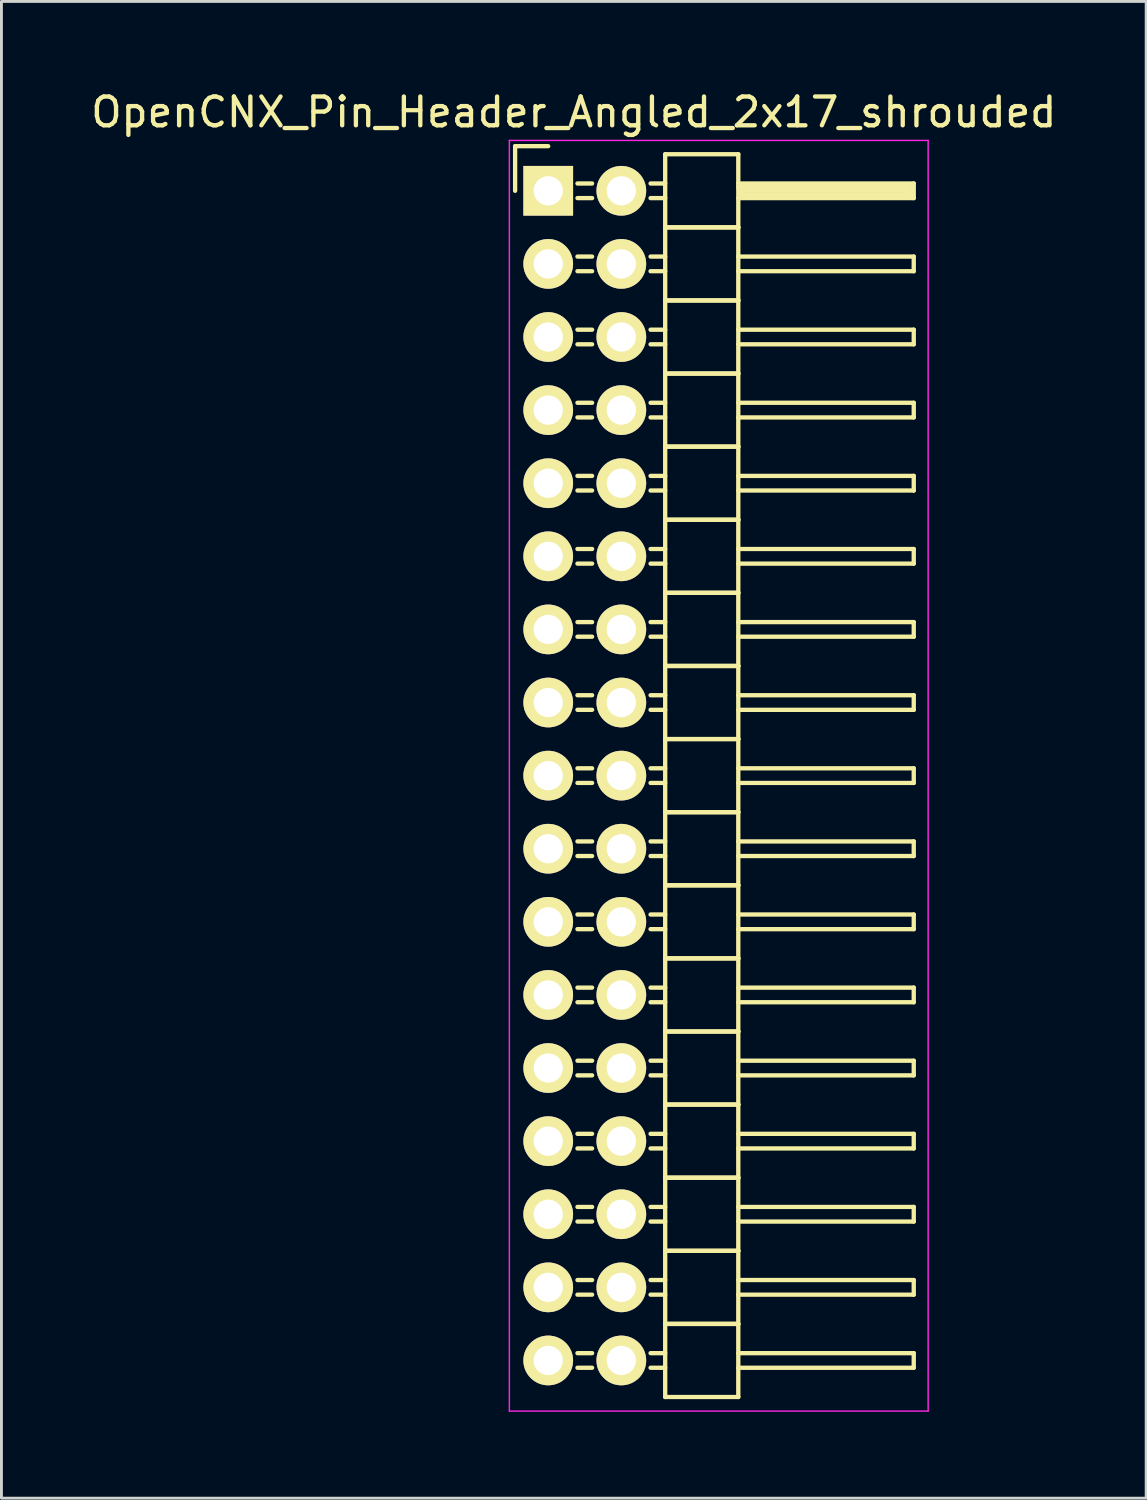
<source format=kicad_pcb>
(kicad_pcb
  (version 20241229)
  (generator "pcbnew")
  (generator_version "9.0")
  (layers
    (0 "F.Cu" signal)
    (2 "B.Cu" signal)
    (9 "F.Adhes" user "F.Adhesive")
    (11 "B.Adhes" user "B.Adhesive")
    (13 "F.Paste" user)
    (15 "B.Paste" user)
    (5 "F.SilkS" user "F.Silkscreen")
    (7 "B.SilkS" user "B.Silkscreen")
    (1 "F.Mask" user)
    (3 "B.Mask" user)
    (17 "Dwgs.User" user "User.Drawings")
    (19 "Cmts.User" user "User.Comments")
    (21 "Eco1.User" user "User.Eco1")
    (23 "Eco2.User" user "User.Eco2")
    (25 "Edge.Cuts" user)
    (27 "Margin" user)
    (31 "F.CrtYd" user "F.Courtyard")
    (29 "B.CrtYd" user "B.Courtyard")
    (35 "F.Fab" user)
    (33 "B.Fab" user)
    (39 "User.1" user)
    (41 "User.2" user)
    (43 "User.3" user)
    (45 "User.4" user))
  (footprint "OpenCNX_Pin_Header_Angled_2x17_shrouded"
    (layer "F.Cu")
    (at 15.998 3.579)
    (property "Reference" "OpenCNX_Pin_Header_Angled_2x17_shrouded" (at 0.889 -2.731 0) (layer "F.SilkS") (effects (font (size 1 1) (thickness 0.15))))
    (attr through_hole)
    (fp_line (start -1.15 -1.55) (end -1.15 0) (stroke (width 0.15) (type solid)) (layer "F.SilkS"))
    (fp_line (start 0 -1.55) (end -1.15 -1.55) (stroke (width 0.15) (type solid)) (layer "F.SilkS"))
    (fp_line (start 1.524 -0.254) (end 1.016 -0.254) (stroke (width 0.15) (type solid)) (layer "F.SilkS"))
    (fp_line (start 1.524 0.254) (end 1.016 0.254) (stroke (width 0.15) (type solid)) (layer "F.SilkS"))
    (fp_line (start 1.524 2.286) (end 1.016 2.286) (stroke (width 0.15) (type solid)) (layer "F.SilkS"))
    (fp_line (start 1.524 2.794) (end 1.016 2.794) (stroke (width 0.15) (type solid)) (layer "F.SilkS"))
    (fp_line (start 1.524 4.826) (end 1.016 4.826) (stroke (width 0.15) (type solid)) (layer "F.SilkS"))
    (fp_line (start 1.524 5.334) (end 1.016 5.334) (stroke (width 0.15) (type solid)) (layer "F.SilkS"))
    (fp_line (start 1.524 7.366) (end 1.016 7.366) (stroke (width 0.15) (type solid)) (layer "F.SilkS"))
    (fp_line (start 1.524 7.874) (end 1.016 7.874) (stroke (width 0.15) (type solid)) (layer "F.SilkS"))
    (fp_line (start 1.524 9.906) (end 1.016 9.906) (stroke (width 0.15) (type solid)) (layer "F.SilkS"))
    (fp_line (start 1.524 10.414) (end 1.016 10.414) (stroke (width 0.15) (type solid)) (layer "F.SilkS"))
    (fp_line (start 1.524 12.446) (end 1.016 12.446) (stroke (width 0.15) (type solid)) (layer "F.SilkS"))
    (fp_line (start 1.524 12.954) (end 1.016 12.954) (stroke (width 0.15) (type solid)) (layer "F.SilkS"))
    (fp_line (start 1.524 14.986) (end 1.016 14.986) (stroke (width 0.15) (type solid)) (layer "F.SilkS"))
    (fp_line (start 1.524 15.494) (end 1.016 15.494) (stroke (width 0.15) (type solid)) (layer "F.SilkS"))
    (fp_line (start 1.524 17.526) (end 1.016 17.526) (stroke (width 0.15) (type solid)) (layer "F.SilkS"))
    (fp_line (start 1.524 18.034) (end 1.016 18.034) (stroke (width 0.15) (type solid)) (layer "F.SilkS"))
    (fp_line (start 1.524 20.066) (end 1.016 20.066) (stroke (width 0.15) (type solid)) (layer "F.SilkS"))
    (fp_line (start 1.524 20.574) (end 1.016 20.574) (stroke (width 0.15) (type solid)) (layer "F.SilkS"))
    (fp_line (start 1.524 22.606) (end 1.016 22.606) (stroke (width 0.15) (type solid)) (layer "F.SilkS"))
    (fp_line (start 1.524 23.114) (end 1.016 23.114) (stroke (width 0.15) (type solid)) (layer "F.SilkS"))
    (fp_line (start 1.524 25.146) (end 1.016 25.146) (stroke (width 0.15) (type solid)) (layer "F.SilkS"))
    (fp_line (start 1.524 25.654) (end 1.016 25.654) (stroke (width 0.15) (type solid)) (layer "F.SilkS"))
    (fp_line (start 1.524 27.686) (end 1.016 27.686) (stroke (width 0.15) (type solid)) (layer "F.SilkS"))
    (fp_line (start 1.524 28.194) (end 1.016 28.194) (stroke (width 0.15) (type solid)) (layer "F.SilkS"))
    (fp_line (start 1.524 30.226) (end 1.016 30.226) (stroke (width 0.15) (type solid)) (layer "F.SilkS"))
    (fp_line (start 1.524 30.734) (end 1.016 30.734) (stroke (width 0.15) (type solid)) (layer "F.SilkS"))
    (fp_line (start 1.524 32.766) (end 1.016 32.766) (stroke (width 0.15) (type solid)) (layer "F.SilkS"))
    (fp_line (start 1.524 33.274) (end 1.016 33.274) (stroke (width 0.15) (type solid)) (layer "F.SilkS"))
    (fp_line (start 1.524 35.306) (end 1.016 35.306) (stroke (width 0.15) (type solid)) (layer "F.SilkS"))
    (fp_line (start 1.524 35.814) (end 1.016 35.814) (stroke (width 0.15) (type solid)) (layer "F.SilkS"))
    (fp_line (start 1.524 37.846) (end 1.016 37.846) (stroke (width 0.15) (type solid)) (layer "F.SilkS"))
    (fp_line (start 1.524 38.354) (end 1.016 38.354) (stroke (width 0.15) (type solid)) (layer "F.SilkS"))
    (fp_line (start 1.524 40.386) (end 1.016 40.386) (stroke (width 0.15) (type solid)) (layer "F.SilkS"))
    (fp_line (start 1.524 40.894) (end 1.016 40.894) (stroke (width 0.15) (type solid)) (layer "F.SilkS"))
    (fp_line (start 4.064 -1.27) (end 4.064 1.27) (stroke (width 0.15) (type solid)) (layer "F.SilkS"))
    (fp_line (start 4.064 -1.27) (end 6.604 -1.27) (stroke (width 0.15) (type solid)) (layer "F.SilkS"))
    (fp_line (start 4.064 -0.254) (end 3.556 -0.254) (stroke (width 0.15) (type solid)) (layer "F.SilkS"))
    (fp_line (start 4.064 0.254) (end 3.556 0.254) (stroke (width 0.15) (type solid)) (layer "F.SilkS"))
    (fp_line (start 4.064 1.27) (end 4.064 3.81) (stroke (width 0.15) (type solid)) (layer "F.SilkS"))
    (fp_line (start 4.064 1.27) (end 6.604 1.27) (stroke (width 0.15) (type solid)) (layer "F.SilkS"))
    (fp_line (start 4.064 1.27) (end 6.604 1.27) (stroke (width 0.15) (type solid)) (layer "F.SilkS"))
    (fp_line (start 4.064 2.286) (end 3.556 2.286) (stroke (width 0.15) (type solid)) (layer "F.SilkS"))
    (fp_line (start 4.064 2.794) (end 3.556 2.794) (stroke (width 0.15) (type solid)) (layer "F.SilkS"))
    (fp_line (start 4.064 3.81) (end 4.064 6.35) (stroke (width 0.15) (type solid)) (layer "F.SilkS"))
    (fp_line (start 4.064 3.81) (end 6.604 3.81) (stroke (width 0.15) (type solid)) (layer "F.SilkS"))
    (fp_line (start 4.064 3.81) (end 6.604 3.81) (stroke (width 0.15) (type solid)) (layer "F.SilkS"))
    (fp_line (start 4.064 4.826) (end 3.556 4.826) (stroke (width 0.15) (type solid)) (layer "F.SilkS"))
    (fp_line (start 4.064 5.334) (end 3.556 5.334) (stroke (width 0.15) (type solid)) (layer "F.SilkS"))
    (fp_line (start 4.064 6.35) (end 4.064 8.89) (stroke (width 0.15) (type solid)) (layer "F.SilkS"))
    (fp_line (start 4.064 6.35) (end 6.604 6.35) (stroke (width 0.15) (type solid)) (layer "F.SilkS"))
    (fp_line (start 4.064 6.35) (end 6.604 6.35) (stroke (width 0.15) (type solid)) (layer "F.SilkS"))
    (fp_line (start 4.064 7.366) (end 3.556 7.366) (stroke (width 0.15) (type solid)) (layer "F.SilkS"))
    (fp_line (start 4.064 7.874) (end 3.556 7.874) (stroke (width 0.15) (type solid)) (layer "F.SilkS"))
    (fp_line (start 4.064 8.89) (end 4.064 11.43) (stroke (width 0.15) (type solid)) (layer "F.SilkS"))
    (fp_line (start 4.064 8.89) (end 6.604 8.89) (stroke (width 0.15) (type solid)) (layer "F.SilkS"))
    (fp_line (start 4.064 8.89) (end 6.604 8.89) (stroke (width 0.15) (type solid)) (layer "F.SilkS"))
    (fp_line (start 4.064 9.906) (end 3.556 9.906) (stroke (width 0.15) (type solid)) (layer "F.SilkS"))
    (fp_line (start 4.064 10.414) (end 3.556 10.414) (stroke (width 0.15) (type solid)) (layer "F.SilkS"))
    (fp_line (start 4.064 11.43) (end 4.064 13.97) (stroke (width 0.15) (type solid)) (layer "F.SilkS"))
    (fp_line (start 4.064 11.43) (end 6.604 11.43) (stroke (width 0.15) (type solid)) (layer "F.SilkS"))
    (fp_line (start 4.064 11.43) (end 6.604 11.43) (stroke (width 0.15) (type solid)) (layer "F.SilkS"))
    (fp_line (start 4.064 12.446) (end 3.556 12.446) (stroke (width 0.15) (type solid)) (layer "F.SilkS"))
    (fp_line (start 4.064 12.954) (end 3.556 12.954) (stroke (width 0.15) (type solid)) (layer "F.SilkS"))
    (fp_line (start 4.064 13.97) (end 4.064 16.51) (stroke (width 0.15) (type solid)) (layer "F.SilkS"))
    (fp_line (start 4.064 13.97) (end 6.604 13.97) (stroke (width 0.15) (type solid)) (layer "F.SilkS"))
    (fp_line (start 4.064 13.97) (end 6.604 13.97) (stroke (width 0.15) (type solid)) (layer "F.SilkS"))
    (fp_line (start 4.064 14.986) (end 3.556 14.986) (stroke (width 0.15) (type solid)) (layer "F.SilkS"))
    (fp_line (start 4.064 15.494) (end 3.556 15.494) (stroke (width 0.15) (type solid)) (layer "F.SilkS"))
    (fp_line (start 4.064 16.51) (end 4.064 19.05) (stroke (width 0.15) (type solid)) (layer "F.SilkS"))
    (fp_line (start 4.064 16.51) (end 6.604 16.51) (stroke (width 0.15) (type solid)) (layer "F.SilkS"))
    (fp_line (start 4.064 16.51) (end 6.604 16.51) (stroke (width 0.15) (type solid)) (layer "F.SilkS"))
    (fp_line (start 4.064 17.526) (end 3.556 17.526) (stroke (width 0.15) (type solid)) (layer "F.SilkS"))
    (fp_line (start 4.064 18.034) (end 3.556 18.034) (stroke (width 0.15) (type solid)) (layer "F.SilkS"))
    (fp_line (start 4.064 19.05) (end 4.064 21.59) (stroke (width 0.15) (type solid)) (layer "F.SilkS"))
    (fp_line (start 4.064 19.05) (end 6.604 19.05) (stroke (width 0.15) (type solid)) (layer "F.SilkS"))
    (fp_line (start 4.064 19.05) (end 6.604 19.05) (stroke (width 0.15) (type solid)) (layer "F.SilkS"))
    (fp_line (start 4.064 20.066) (end 3.556 20.066) (stroke (width 0.15) (type solid)) (layer "F.SilkS"))
    (fp_line (start 4.064 20.574) (end 3.556 20.574) (stroke (width 0.15) (type solid)) (layer "F.SilkS"))
    (fp_line (start 4.064 21.59) (end 4.064 24.13) (stroke (width 0.15) (type solid)) (layer "F.SilkS"))
    (fp_line (start 4.064 21.59) (end 6.604 21.59) (stroke (width 0.15) (type solid)) (layer "F.SilkS"))
    (fp_line (start 4.064 21.59) (end 6.604 21.59) (stroke (width 0.15) (type solid)) (layer "F.SilkS"))
    (fp_line (start 4.064 22.606) (end 3.556 22.606) (stroke (width 0.15) (type solid)) (layer "F.SilkS"))
    (fp_line (start 4.064 23.114) (end 3.556 23.114) (stroke (width 0.15) (type solid)) (layer "F.SilkS"))
    (fp_line (start 4.064 24.13) (end 4.064 26.67) (stroke (width 0.15) (type solid)) (layer "F.SilkS"))
    (fp_line (start 4.064 24.13) (end 6.604 24.13) (stroke (width 0.15) (type solid)) (layer "F.SilkS"))
    (fp_line (start 4.064 24.13) (end 6.604 24.13) (stroke (width 0.15) (type solid)) (layer "F.SilkS"))
    (fp_line (start 4.064 25.146) (end 3.556 25.146) (stroke (width 0.15) (type solid)) (layer "F.SilkS"))
    (fp_line (start 4.064 25.654) (end 3.556 25.654) (stroke (width 0.15) (type solid)) (layer "F.SilkS"))
    (fp_line (start 4.064 26.67) (end 4.064 29.21) (stroke (width 0.15) (type solid)) (layer "F.SilkS"))
    (fp_line (start 4.064 26.67) (end 6.604 26.67) (stroke (width 0.15) (type solid)) (layer "F.SilkS"))
    (fp_line (start 4.064 26.67) (end 6.604 26.67) (stroke (width 0.15) (type solid)) (layer "F.SilkS"))
    (fp_line (start 4.064 27.686) (end 3.556 27.686) (stroke (width 0.15) (type solid)) (layer "F.SilkS"))
    (fp_line (start 4.064 28.194) (end 3.556 28.194) (stroke (width 0.15) (type solid)) (layer "F.SilkS"))
    (fp_line (start 4.064 29.21) (end 4.064 31.75) (stroke (width 0.15) (type solid)) (layer "F.SilkS"))
    (fp_line (start 4.064 29.21) (end 6.604 29.21) (stroke (width 0.15) (type solid)) (layer "F.SilkS"))
    (fp_line (start 4.064 29.21) (end 6.604 29.21) (stroke (width 0.15) (type solid)) (layer "F.SilkS"))
    (fp_line (start 4.064 30.226) (end 3.556 30.226) (stroke (width 0.15) (type solid)) (layer "F.SilkS"))
    (fp_line (start 4.064 30.734) (end 3.556 30.734) (stroke (width 0.15) (type solid)) (layer "F.SilkS"))
    (fp_line (start 4.064 31.75) (end 4.064 34.29) (stroke (width 0.15) (type solid)) (layer "F.SilkS"))
    (fp_line (start 4.064 31.75) (end 6.604 31.75) (stroke (width 0.15) (type solid)) (layer "F.SilkS"))
    (fp_line (start 4.064 31.75) (end 6.604 31.75) (stroke (width 0.15) (type solid)) (layer "F.SilkS"))
    (fp_line (start 4.064 32.766) (end 3.556 32.766) (stroke (width 0.15) (type solid)) (layer "F.SilkS"))
    (fp_line (start 4.064 33.274) (end 3.556 33.274) (stroke (width 0.15) (type solid)) (layer "F.SilkS"))
    (fp_line (start 4.064 34.29) (end 4.064 36.83) (stroke (width 0.15) (type solid)) (layer "F.SilkS"))
    (fp_line (start 4.064 34.29) (end 6.604 34.29) (stroke (width 0.15) (type solid)) (layer "F.SilkS"))
    (fp_line (start 4.064 34.29) (end 6.604 34.29) (stroke (width 0.15) (type solid)) (layer "F.SilkS"))
    (fp_line (start 4.064 35.306) (end 3.556 35.306) (stroke (width 0.15) (type solid)) (layer "F.SilkS"))
    (fp_line (start 4.064 35.814) (end 3.556 35.814) (stroke (width 0.15) (type solid)) (layer "F.SilkS"))
    (fp_line (start 4.064 36.83) (end 4.064 39.37) (stroke (width 0.15) (type solid)) (layer "F.SilkS"))
    (fp_line (start 4.064 36.83) (end 6.604 36.83) (stroke (width 0.15) (type solid)) (layer "F.SilkS"))
    (fp_line (start 4.064 36.83) (end 6.604 36.83) (stroke (width 0.15) (type solid)) (layer "F.SilkS"))
    (fp_line (start 4.064 37.846) (end 3.556 37.846) (stroke (width 0.15) (type solid)) (layer "F.SilkS"))
    (fp_line (start 4.064 38.354) (end 3.556 38.354) (stroke (width 0.15) (type solid)) (layer "F.SilkS"))
    (fp_line (start 4.064 39.37) (end 4.064 41.91) (stroke (width 0.15) (type solid)) (layer "F.SilkS"))
    (fp_line (start 4.064 39.37) (end 6.604 39.37) (stroke (width 0.15) (type solid)) (layer "F.SilkS"))
    (fp_line (start 4.064 39.37) (end 6.604 39.37) (stroke (width 0.15) (type solid)) (layer "F.SilkS"))
    (fp_line (start 4.064 40.386) (end 3.556 40.386) (stroke (width 0.15) (type solid)) (layer "F.SilkS"))
    (fp_line (start 4.064 40.894) (end 3.556 40.894) (stroke (width 0.15) (type solid)) (layer "F.SilkS"))
    (fp_line (start 4.064 41.91) (end 6.604 41.91) (stroke (width 0.15) (type solid)) (layer "F.SilkS"))
    (fp_line (start 6.604 -0.254) (end 12.7 -0.254) (stroke (width 0.15) (type solid)) (layer "F.SilkS"))
    (fp_line (start 6.604 -0.127) (end 12.573 -0.127) (stroke (width 0.15) (type solid)) (layer "F.SilkS"))
    (fp_line (start 6.604 1.27) (end 6.604 -1.27) (stroke (width 0.15) (type solid)) (layer "F.SilkS"))
    (fp_line (start 6.604 2.286) (end 12.7 2.286) (stroke (width 0.15) (type solid)) (layer "F.SilkS"))
    (fp_line (start 6.604 3.81) (end 6.604 1.27) (stroke (width 0.15) (type solid)) (layer "F.SilkS"))
    (fp_line (start 6.604 4.826) (end 12.7 4.826) (stroke (width 0.15) (type solid)) (layer "F.SilkS"))
    (fp_line (start 6.604 6.35) (end 6.604 3.81) (stroke (width 0.15) (type solid)) (layer "F.SilkS"))
    (fp_line (start 6.604 7.366) (end 12.7 7.366) (stroke (width 0.15) (type solid)) (layer "F.SilkS"))
    (fp_line (start 6.604 8.89) (end 6.604 6.35) (stroke (width 0.15) (type solid)) (layer "F.SilkS"))
    (fp_line (start 6.604 9.906) (end 12.7 9.906) (stroke (width 0.15) (type solid)) (layer "F.SilkS"))
    (fp_line (start 6.604 11.43) (end 6.604 8.89) (stroke (width 0.15) (type solid)) (layer "F.SilkS"))
    (fp_line (start 6.604 12.446) (end 12.7 12.446) (stroke (width 0.15) (type solid)) (layer "F.SilkS"))
    (fp_line (start 6.604 13.97) (end 6.604 11.43) (stroke (width 0.15) (type solid)) (layer "F.SilkS"))
    (fp_line (start 6.604 14.986) (end 12.7 14.986) (stroke (width 0.15) (type solid)) (layer "F.SilkS"))
    (fp_line (start 6.604 16.51) (end 6.604 13.97) (stroke (width 0.15) (type solid)) (layer "F.SilkS"))
    (fp_line (start 6.604 17.526) (end 12.7 17.526) (stroke (width 0.15) (type solid)) (layer "F.SilkS"))
    (fp_line (start 6.604 19.05) (end 6.604 16.51) (stroke (width 0.15) (type solid)) (layer "F.SilkS"))
    (fp_line (start 6.604 20.066) (end 12.7 20.066) (stroke (width 0.15) (type solid)) (layer "F.SilkS"))
    (fp_line (start 6.604 21.59) (end 6.604 19.05) (stroke (width 0.15) (type solid)) (layer "F.SilkS"))
    (fp_line (start 6.604 22.606) (end 12.7 22.606) (stroke (width 0.15) (type solid)) (layer "F.SilkS"))
    (fp_line (start 6.604 24.13) (end 6.604 21.59) (stroke (width 0.15) (type solid)) (layer "F.SilkS"))
    (fp_line (start 6.604 25.146) (end 12.7 25.146) (stroke (width 0.15) (type solid)) (layer "F.SilkS"))
    (fp_line (start 6.604 26.67) (end 6.604 24.13) (stroke (width 0.15) (type solid)) (layer "F.SilkS"))
    (fp_line (start 6.604 27.686) (end 12.7 27.686) (stroke (width 0.15) (type solid)) (layer "F.SilkS"))
    (fp_line (start 6.604 29.21) (end 6.604 26.67) (stroke (width 0.15) (type solid)) (layer "F.SilkS"))
    (fp_line (start 6.604 30.226) (end 12.7 30.226) (stroke (width 0.15) (type solid)) (layer "F.SilkS"))
    (fp_line (start 6.604 31.75) (end 6.604 29.21) (stroke (width 0.15) (type solid)) (layer "F.SilkS"))
    (fp_line (start 6.604 32.766) (end 12.7 32.766) (stroke (width 0.15) (type solid)) (layer "F.SilkS"))
    (fp_line (start 6.604 34.29) (end 6.604 31.75) (stroke (width 0.15) (type solid)) (layer "F.SilkS"))
    (fp_line (start 6.604 35.306) (end 12.7 35.306) (stroke (width 0.15) (type solid)) (layer "F.SilkS"))
    (fp_line (start 6.604 36.83) (end 6.604 34.29) (stroke (width 0.15) (type solid)) (layer "F.SilkS"))
    (fp_line (start 6.604 37.846) (end 12.7 37.846) (stroke (width 0.15) (type solid)) (layer "F.SilkS"))
    (fp_line (start 6.604 39.37) (end 6.604 36.83) (stroke (width 0.15) (type solid)) (layer "F.SilkS"))
    (fp_line (start 6.604 40.386) (end 12.7 40.386) (stroke (width 0.15) (type solid)) (layer "F.SilkS"))
    (fp_line (start 6.604 41.91) (end 6.604 39.37) (stroke (width 0.15) (type solid)) (layer "F.SilkS"))
    (fp_line (start 6.731 0) (end 12.573 0) (stroke (width 0.15) (type solid)) (layer "F.SilkS"))
    (fp_line (start 6.731 0.127) (end 6.731 0) (stroke (width 0.15) (type solid)) (layer "F.SilkS"))
    (fp_line (start 12.573 -0.127) (end 12.573 0.127) (stroke (width 0.15) (type solid)) (layer "F.SilkS"))
    (fp_line (start 12.573 0.127) (end 6.731 0.127) (stroke (width 0.15) (type solid)) (layer "F.SilkS"))
    (fp_line (start 12.7 -0.254) (end 12.7 0.254) (stroke (width 0.15) (type solid)) (layer "F.SilkS"))
    (fp_line (start 12.7 0.254) (end 6.604 0.254) (stroke (width 0.15) (type solid)) (layer "F.SilkS"))
    (fp_line (start 12.7 2.286) (end 12.7 2.794) (stroke (width 0.15) (type solid)) (layer "F.SilkS"))
    (fp_line (start 12.7 2.794) (end 6.604 2.794) (stroke (width 0.15) (type solid)) (layer "F.SilkS"))
    (fp_line (start 12.7 4.826) (end 12.7 5.334) (stroke (width 0.15) (type solid)) (layer "F.SilkS"))
    (fp_line (start 12.7 5.334) (end 6.604 5.334) (stroke (width 0.15) (type solid)) (layer "F.SilkS"))
    (fp_line (start 12.7 7.366) (end 12.7 7.874) (stroke (width 0.15) (type solid)) (layer "F.SilkS"))
    (fp_line (start 12.7 7.874) (end 6.604 7.874) (stroke (width 0.15) (type solid)) (layer "F.SilkS"))
    (fp_line (start 12.7 9.906) (end 12.7 10.414) (stroke (width 0.15) (type solid)) (layer "F.SilkS"))
    (fp_line (start 12.7 10.414) (end 6.604 10.414) (stroke (width 0.15) (type solid)) (layer "F.SilkS"))
    (fp_line (start 12.7 12.446) (end 12.7 12.954) (stroke (width 0.15) (type solid)) (layer "F.SilkS"))
    (fp_line (start 12.7 12.954) (end 6.604 12.954) (stroke (width 0.15) (type solid)) (layer "F.SilkS"))
    (fp_line (start 12.7 14.986) (end 12.7 15.494) (stroke (width 0.15) (type solid)) (layer "F.SilkS"))
    (fp_line (start 12.7 15.494) (end 6.604 15.494) (stroke (width 0.15) (type solid)) (layer "F.SilkS"))
    (fp_line (start 12.7 17.526) (end 12.7 18.034) (stroke (width 0.15) (type solid)) (layer "F.SilkS"))
    (fp_line (start 12.7 18.034) (end 6.604 18.034) (stroke (width 0.15) (type solid)) (layer "F.SilkS"))
    (fp_line (start 12.7 20.066) (end 12.7 20.574) (stroke (width 0.15) (type solid)) (layer "F.SilkS"))
    (fp_line (start 12.7 20.574) (end 6.604 20.574) (stroke (width 0.15) (type solid)) (layer "F.SilkS"))
    (fp_line (start 12.7 22.606) (end 12.7 23.114) (stroke (width 0.15) (type solid)) (layer "F.SilkS"))
    (fp_line (start 12.7 23.114) (end 6.604 23.114) (stroke (width 0.15) (type solid)) (layer "F.SilkS"))
    (fp_line (start 12.7 25.146) (end 12.7 25.654) (stroke (width 0.15) (type solid)) (layer "F.SilkS"))
    (fp_line (start 12.7 25.654) (end 6.604 25.654) (stroke (width 0.15) (type solid)) (layer "F.SilkS"))
    (fp_line (start 12.7 27.686) (end 12.7 28.194) (stroke (width 0.15) (type solid)) (layer "F.SilkS"))
    (fp_line (start 12.7 28.194) (end 6.604 28.194) (stroke (width 0.15) (type solid)) (layer "F.SilkS"))
    (fp_line (start 12.7 30.226) (end 12.7 30.734) (stroke (width 0.15) (type solid)) (layer "F.SilkS"))
    (fp_line (start 12.7 30.734) (end 6.604 30.734) (stroke (width 0.15) (type solid)) (layer "F.SilkS"))
    (fp_line (start 12.7 32.766) (end 12.7 33.274) (stroke (width 0.15) (type solid)) (layer "F.SilkS"))
    (fp_line (start 12.7 33.274) (end 6.604 33.274) (stroke (width 0.15) (type solid)) (layer "F.SilkS"))
    (fp_line (start 12.7 35.306) (end 12.7 35.814) (stroke (width 0.15) (type solid)) (layer "F.SilkS"))
    (fp_line (start 12.7 35.814) (end 6.604 35.814) (stroke (width 0.15) (type solid)) (layer "F.SilkS"))
    (fp_line (start 12.7 37.846) (end 12.7 38.354) (stroke (width 0.15) (type solid)) (layer "F.SilkS"))
    (fp_line (start 12.7 38.354) (end 6.604 38.354) (stroke (width 0.15) (type solid)) (layer "F.SilkS"))
    (fp_line (start 12.7 40.386) (end 12.7 40.894) (stroke (width 0.15) (type solid)) (layer "F.SilkS"))
    (fp_line (start 12.7 40.894) (end 6.604 40.894) (stroke (width 0.15) (type solid)) (layer "F.SilkS"))
    (fp_line (start -1.35 -1.75) (end -1.35 42.4) (stroke (width 0.05) (type solid)) (layer "F.CrtYd"))
    (fp_line (start -1.35 -1.75) (end 13.2 -1.75) (stroke (width 0.05) (type solid)) (layer "F.CrtYd"))
    (fp_line (start -1.35 42.4) (end 13.2 42.4) (stroke (width 0.05) (type solid)) (layer "F.CrtYd"))
    (fp_line (start 13.2 -1.75) (end 13.2 42.4) (stroke (width 0.05) (type solid)) (layer "F.CrtYd"))
    (pad "1" thru_hole rect (at 0 0) (size 1.727 1.727) (drill 1.016) (layers "*.Cu" "*.Mask" "F.SilkS"))
    (pad "2" thru_hole oval (at 2.54 0) (size 1.727 1.727) (drill 1.016) (layers "*.Cu" "*.Mask" "F.SilkS"))
    (pad "3" thru_hole oval (at 0 2.54) (size 1.727 1.727) (drill 1.016) (layers "*.Cu" "*.Mask" "F.SilkS"))
    (pad "4" thru_hole oval (at 2.54 2.54) (size 1.727 1.727) (drill 1.016) (layers "*.Cu" "*.Mask" "F.SilkS"))
    (pad "5" thru_hole oval (at 0 5.08) (size 1.727 1.727) (drill 1.016) (layers "*.Cu" "*.Mask" "F.SilkS"))
    (pad "6" thru_hole oval (at 2.54 5.08) (size 1.727 1.727) (drill 1.016) (layers "*.Cu" "*.Mask" "F.SilkS"))
    (pad "7" thru_hole oval (at 0 7.62) (size 1.727 1.727) (drill 1.016) (layers "*.Cu" "*.Mask" "F.SilkS"))
    (pad "8" thru_hole oval (at 2.54 7.62) (size 1.727 1.727) (drill 1.016) (layers "*.Cu" "*.Mask" "F.SilkS"))
    (pad "9" thru_hole oval (at 0 10.16) (size 1.727 1.727) (drill 1.016) (layers "*.Cu" "*.Mask" "F.SilkS"))
    (pad "10" thru_hole oval (at 2.54 10.16) (size 1.727 1.727) (drill 1.016) (layers "*.Cu" "*.Mask" "F.SilkS"))
    (pad "11" thru_hole oval (at 0 12.7) (size 1.727 1.727) (drill 1.016) (layers "*.Cu" "*.Mask" "F.SilkS"))
    (pad "12" thru_hole oval (at 2.54 12.7) (size 1.727 1.727) (drill 1.016) (layers "*.Cu" "*.Mask" "F.SilkS"))
    (pad "13" thru_hole oval (at 0 15.24) (size 1.727 1.727) (drill 1.016) (layers "*.Cu" "*.Mask" "F.SilkS"))
    (pad "14" thru_hole oval (at 2.54 15.24) (size 1.727 1.727) (drill 1.016) (layers "*.Cu" "*.Mask" "F.SilkS"))
    (pad "15" thru_hole oval (at 0 17.78) (size 1.727 1.727) (drill 1.016) (layers "*.Cu" "*.Mask" "F.SilkS"))
    (pad "16" thru_hole oval (at 2.54 17.78) (size 1.727 1.727) (drill 1.016) (layers "*.Cu" "*.Mask" "F.SilkS"))
    (pad "17" thru_hole oval (at 0 20.32) (size 1.727 1.727) (drill 1.016) (layers "*.Cu" "*.Mask" "F.SilkS"))
    (pad "18" thru_hole oval (at 2.54 20.32) (size 1.727 1.727) (drill 1.016) (layers "*.Cu" "*.Mask" "F.SilkS"))
    (pad "19" thru_hole oval (at 0 22.86) (size 1.727 1.727) (drill 1.016) (layers "*.Cu" "*.Mask" "F.SilkS"))
    (pad "20" thru_hole oval (at 2.54 22.86) (size 1.727 1.727) (drill 1.016) (layers "*.Cu" "*.Mask" "F.SilkS"))
    (pad "21" thru_hole oval (at 0 25.4) (size 1.727 1.727) (drill 1.016) (layers "*.Cu" "*.Mask" "F.SilkS"))
    (pad "22" thru_hole oval (at 2.54 25.4) (size 1.727 1.727) (drill 1.016) (layers "*.Cu" "*.Mask" "F.SilkS"))
    (pad "23" thru_hole oval (at 0 27.94) (size 1.727 1.727) (drill 1.016) (layers "*.Cu" "*.Mask" "F.SilkS"))
    (pad "24" thru_hole oval (at 2.54 27.94) (size 1.727 1.727) (drill 1.016) (layers "*.Cu" "*.Mask" "F.SilkS"))
    (pad "25" thru_hole oval (at 0 30.48) (size 1.727 1.727) (drill 1.016) (layers "*.Cu" "*.Mask" "F.SilkS"))
    (pad "26" thru_hole oval (at 2.54 30.48) (size 1.727 1.727) (drill 1.016) (layers "*.Cu" "*.Mask" "F.SilkS"))
    (pad "27" thru_hole oval (at 0 33.02) (size 1.727 1.727) (drill 1.016) (layers "*.Cu" "*.Mask" "F.SilkS"))
    (pad "28" thru_hole oval (at 2.54 33.02) (size 1.727 1.727) (drill 1.016) (layers "*.Cu" "*.Mask" "F.SilkS"))
    (pad "29" thru_hole oval (at 0 35.56) (size 1.727 1.727) (drill 1.016) (layers "*.Cu" "*.Mask" "F.SilkS"))
    (pad "30" thru_hole oval (at 2.54 35.56) (size 1.727 1.727) (drill 1.016) (layers "*.Cu" "*.Mask" "F.SilkS"))
    (pad "31" thru_hole oval (at 0 38.1) (size 1.727 1.727) (drill 1.016) (layers "*.Cu" "*.Mask" "F.SilkS"))
    (pad "32" thru_hole oval (at 2.54 38.1) (size 1.727 1.727) (drill 1.016) (layers "*.Cu" "*.Mask" "F.SilkS"))
    (pad "33" thru_hole oval (at 0 40.64) (size 1.727 1.727) (drill 1.016) (layers "*.Cu" "*.Mask" "F.SilkS"))
    (pad "34" thru_hole oval (at 2.54 40.64) (size 1.727 1.727) (drill 1.016) (layers "*.Cu" "*.Mask" "F.SilkS")))
  (gr_rect
    (start -3 -3)
    (end 36.774 49.004)
    (stroke (width 0.1) (type default))
    (fill no)
    (layer "Edge.Cuts")))
</source>
